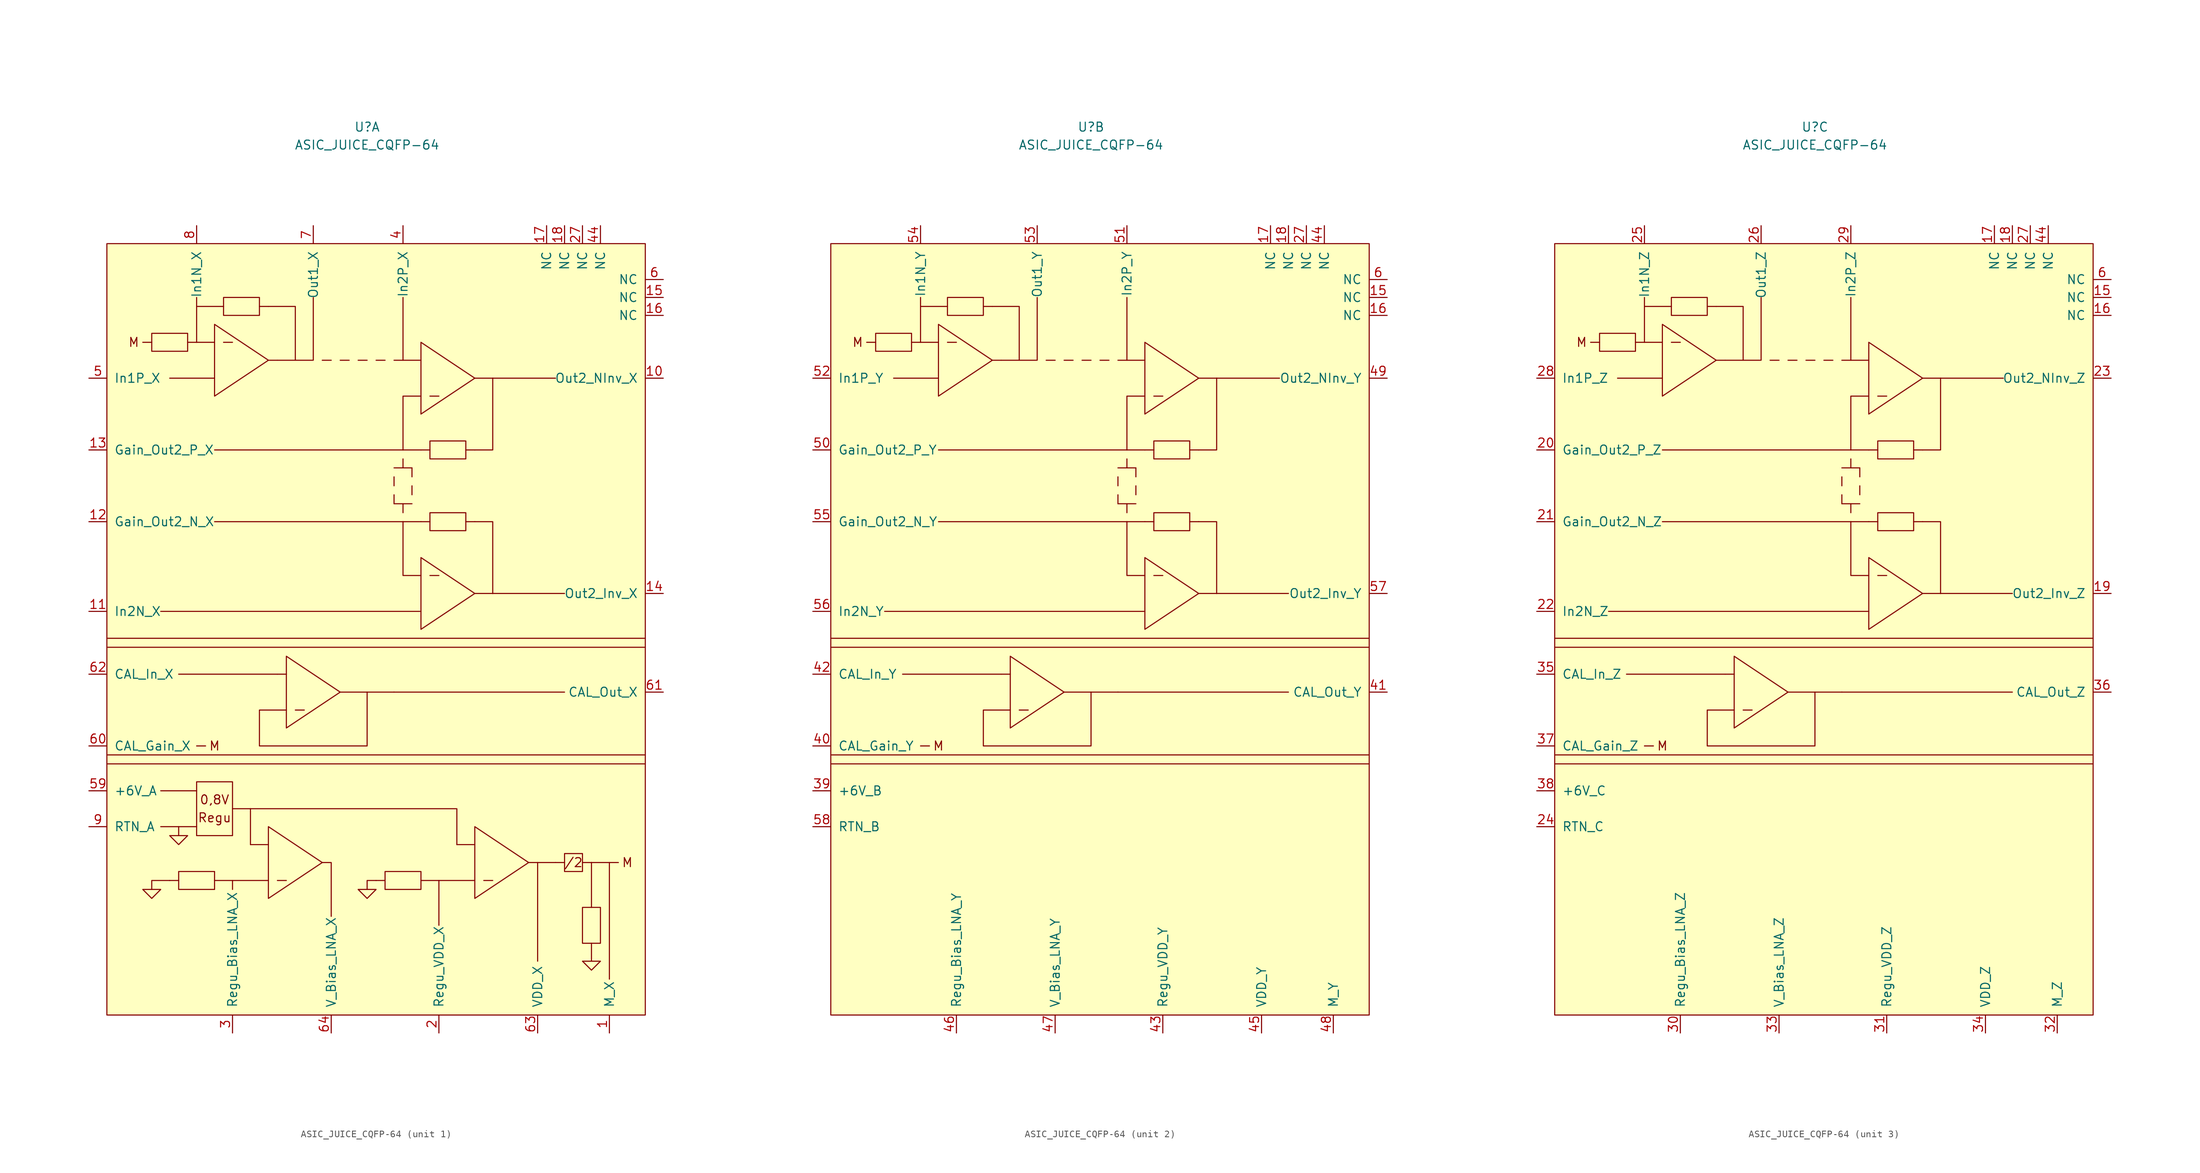
<source format=kicad_sym>
(kicad_symbol_lib
  (version 20211014)
  (generator kicad_symbol_editor)
  (symbol "ASIC_JUICE_CQFP-64"
    (pin_names
      (offset 1.016))
    (property "Reference" "U"
      (at -1.27 71.12 0)
      (effects (font (size 1.27 1.27))))
    (property "Value" "ASIC_JUICE_CQFP-64"
      (at -1.27 68.58 0)
      (effects (font (size 1.27 1.27))))
    (symbol "ASIC_JUICE_CQFP-64_0_0"
      (rectangle (start -31.75 41.91) (end -26.67 39.37) (stroke (width 0) (type default) (color 0 0 0 0)) (fill (type none)))
      (rectangle (start -21.59 46.99) (end -16.51 44.45) (stroke (width 0) (type default) (color 0 0 0 0)) (fill (type none)))
      (polyline (pts (xy -33.02 40.64) (xy -31.75 40.64)) (stroke (width 0) (type default) (color 0 0 0 0)) (fill (type none)))
      (polyline (pts (xy -21.59 40.64) (xy -20.32 40.64)) (stroke (width 0) (type default) (color 0 0 0 0)) (fill (type none)))
      (polyline (pts (xy -11.43 -11.43) (xy -10.16 -11.43)) (stroke (width 0) (type default) (color 0 0 0 0)) (fill (type none)))
      (polyline (pts (xy -1.27 -8.89) (xy 2.54 -8.89)) (stroke (width 0) (type default) (color 0 0 0 0)) (fill (type none)))
      (polyline (pts (xy 6.35 15.24) (xy 7.62 15.24)) (stroke (width 0) (type default) (color 0 0 0 0)) (fill (type none)))
      (polyline (pts (xy 6.35 25.4) (xy 7.62 25.4)) (stroke (width 0) (type default) (color 0 0 0 0)) (fill (type none)))
      (polyline (pts (xy 7.62 7.62) (xy 8.89 7.62)) (stroke (width 0) (type default) (color 0 0 0 0)) (fill (type none)))
      (polyline (pts (xy 7.62 33.02) (xy 8.89 33.02)) (stroke (width 0) (type default) (color 0 0 0 0)) (fill (type none)))
      (polyline (pts (xy 12.7 15.24) (xy 13.97 15.24)) (stroke (width 0) (type default) (color 0 0 0 0)) (fill (type none)))
      (polyline (pts (xy 12.7 25.4) (xy 13.97 25.4)) (stroke (width 0) (type default) (color 0 0 0 0)) (fill (type none)))
      (polyline (pts (xy 13.97 5.08) (xy 16.51 5.08)) (stroke (width 0) (type default) (color 0 0 0 0)) (fill (type none)))
      (polyline (pts (xy 13.97 35.56) (xy 16.51 35.56)) (stroke (width 0) (type default) (color 0 0 0 0)) (fill (type none)))
      (polyline (pts (xy -22.86 40.64) (xy -25.4 40.64) (xy -25.4 45.72) (xy -21.59 45.72)) (stroke (width 0) (type default) (color 0 0 0 0)) (fill (type none)))
      (polyline (pts (xy -15.24 38.1) (xy -22.86 33.02) (xy -22.86 43.18) (xy -15.24 38.1)) (stroke (width 0) (type default) (color 0 0 0 0)) (fill (type none)))
      (polyline (pts (xy -15.24 45.72) (xy -11.43 45.72) (xy -11.43 38.1) (xy -13.97 38.1)) (stroke (width 0) (type default) (color 0 0 0 0)) (fill (type none)))
      (polyline (pts (xy -12.7 -3.81) (xy -5.08 -8.89) (xy -12.7 -13.97) (xy -12.7 -3.81)) (stroke (width 0) (type default) (color 0 0 0 0)) (fill (type none)))
      (polyline (pts (xy 6.35 40.64) (xy 6.35 30.48) (xy 13.97 35.56) (xy 6.35 40.64)) (stroke (width 0) (type default) (color 0 0 0 0)) (fill (type none)))
      (polyline (pts (xy 6.35 10.16) (xy 6.35 2.54) (xy 6.35 0) (xy 13.97 5.08) (xy 6.35 10.16)) (stroke (width 0) (type default) (color 0 0 0 0)) (fill (type none)))
      (rectangle (start 7.62 13.97) (end 12.7 16.51) (stroke (width 0) (type default) (color 0 0 0 0)) (fill (type none)))
      (rectangle (start 7.62 24.13) (end 12.7 26.67) (stroke (width 0) (type default) (color 0 0 0 0)) (fill (type none)))
      (text "M" (at -34.29 40.64 0) (effects (font (size 1.27 1.27))))
      (text "M" (at -22.86 -16.51 0) (effects (font (size 1.27 1.27)))))
    (symbol "ASIC_JUICE_CQFP-64_0_1"
      (rectangle (start -38.1 54.61) (end 38.1 -54.61) (stroke (width 0) (type default) (color 0 0 0 0)) (fill (type background)))
      (polyline (pts (xy -38.1 -17.78) (xy 38.1 -17.78)) (stroke (width 0) (type default) (color 0 0 0 0)) (fill (type none)))
      (polyline (pts (xy -38.1 -1.27) (xy 38.1 -1.27)) (stroke (width 0) (type default) (color 0 0 0 0)) (fill (type none)))
      (polyline (pts (xy -30.48 2.54) (xy 6.35 2.54)) (stroke (width 0) (type default) (color 0 0 0 0)) (fill (type none)))
      (polyline (pts (xy -26.67 40.64) (xy -25.4 40.64)) (stroke (width 0) (type default) (color 0 0 0 0)) (fill (type none)))
      (polyline (pts (xy -25.4 -16.51) (xy -24.13 -16.51)) (stroke (width 0) (type default) (color 0 0 0 0)) (fill (type none)))
      (polyline (pts (xy -25.4 45.72) (xy -25.4 46.99)) (stroke (width 0) (type default) (color 0 0 0 0)) (fill (type none)))
      (polyline (pts (xy -22.86 15.24) (xy 3.81 15.24)) (stroke (width 0) (type default) (color 0 0 0 0)) (fill (type none)))
      (polyline (pts (xy -22.86 35.56) (xy -29.21 35.56)) (stroke (width 0) (type default) (color 0 0 0 0)) (fill (type none)))
      (polyline (pts (xy -16.51 45.72) (xy -15.24 45.72)) (stroke (width 0) (type default) (color 0 0 0 0)) (fill (type none)))
      (polyline (pts (xy -15.24 38.1) (xy -13.97 38.1)) (stroke (width 0) (type default) (color 0 0 0 0)) (fill (type none)))
      (polyline (pts (xy -13.97 -6.35) (xy -27.94 -6.35)) (stroke (width 0) (type default) (color 0 0 0 0)) (fill (type none)))
      (polyline (pts (xy -13.97 -6.35) (xy -12.7 -6.35)) (stroke (width 0) (type default) (color 0 0 0 0)) (fill (type none)))
      (polyline (pts (xy -7.62 38.1) (xy -6.35 38.1)) (stroke (width 0) (type default) (color 0 0 0 0)) (fill (type none)))
      (polyline (pts (xy -5.08 38.1) (xy -3.81 38.1)) (stroke (width 0) (type default) (color 0 0 0 0)) (fill (type none)))
      (polyline (pts (xy -2.54 38.1) (xy -1.27 38.1)) (stroke (width 0) (type default) (color 0 0 0 0)) (fill (type none)))
      (polyline (pts (xy 0 38.1) (xy 1.27 38.1)) (stroke (width 0) (type default) (color 0 0 0 0)) (fill (type none)))
      (polyline (pts (xy 2.54 -8.89) (xy 26.67 -8.89)) (stroke (width 0) (type default) (color 0 0 0 0)) (fill (type none)))
      (polyline (pts (xy 2.54 19.05) (xy 2.54 17.78)) (stroke (width 0) (type default) (color 0 0 0 0)) (fill (type none)))
      (polyline (pts (xy 2.54 21.59) (xy 2.54 20.32)) (stroke (width 0) (type default) (color 0 0 0 0)) (fill (type none)))
      (polyline (pts (xy 2.54 38.1) (xy 3.81 38.1)) (stroke (width 0) (type default) (color 0 0 0 0)) (fill (type none)))
      (polyline (pts (xy 3.81 16.51) (xy 3.81 17.78)) (stroke (width 0) (type default) (color 0 0 0 0)) (fill (type none)))
      (polyline (pts (xy 3.81 17.78) (xy 2.54 17.78)) (stroke (width 0) (type default) (color 0 0 0 0)) (fill (type none)))
      (polyline (pts (xy 3.81 17.78) (xy 5.08 17.78)) (stroke (width 0) (type default) (color 0 0 0 0)) (fill (type none)))
      (polyline (pts (xy 3.81 22.86) (xy 2.54 22.86)) (stroke (width 0) (type default) (color 0 0 0 0)) (fill (type none)))
      (polyline (pts (xy 3.81 22.86) (xy 3.81 24.13)) (stroke (width 0) (type default) (color 0 0 0 0)) (fill (type none)))
      (polyline (pts (xy 3.81 22.86) (xy 5.08 22.86)) (stroke (width 0) (type default) (color 0 0 0 0)) (fill (type none)))
      (polyline (pts (xy 3.81 25.4) (xy -22.86 25.4)) (stroke (width 0) (type default) (color 0 0 0 0)) (fill (type none)))
      (polyline (pts (xy 3.81 38.1) (xy 3.81 46.99)) (stroke (width 0) (type default) (color 0 0 0 0)) (fill (type none)))
      (polyline (pts (xy 5.08 19.05) (xy 5.08 20.32)) (stroke (width 0) (type default) (color 0 0 0 0)) (fill (type none)))
      (polyline (pts (xy 5.08 21.59) (xy 5.08 22.86)) (stroke (width 0) (type default) (color 0 0 0 0)) (fill (type none)))
      (polyline (pts (xy 6.35 15.24) (xy 3.81 15.24)) (stroke (width 0) (type default) (color 0 0 0 0)) (fill (type none)))
      (polyline (pts (xy 6.35 25.4) (xy 3.81 25.4)) (stroke (width 0) (type default) (color 0 0 0 0)) (fill (type none)))
      (polyline (pts (xy 6.35 38.1) (xy 3.81 38.1)) (stroke (width 0) (type default) (color 0 0 0 0)) (fill (type none)))
      (polyline (pts (xy 16.51 5.08) (xy 26.67 5.08)) (stroke (width 0) (type default) (color 0 0 0 0)) (fill (type none)))
      (polyline (pts (xy 16.51 35.56) (xy 25.4 35.56)) (stroke (width 0) (type default) (color 0 0 0 0)) (fill (type none)))
      (polyline (pts (xy 38.1 -19.05) (xy -38.1 -19.05)) (stroke (width 0) (type default) (color 0 0 0 0)) (fill (type none)))
      (polyline (pts (xy 38.1 -2.54) (xy -38.1 -2.54)) (stroke (width 0) (type default) (color 0 0 0 0)) (fill (type none)))
      (polyline (pts (xy -11.43 38.1) (xy -8.89 38.1) (xy -8.89 46.99)) (stroke (width 0) (type default) (color 0 0 0 0)) (fill (type none)))
      (polyline (pts (xy 6.35 7.62) (xy 3.81 7.62) (xy 3.81 15.24)) (stroke (width 0) (type default) (color 0 0 0 0)) (fill (type none)))
      (polyline (pts (xy 6.35 33.02) (xy 3.81 33.02) (xy 3.81 25.4)) (stroke (width 0) (type default) (color 0 0 0 0)) (fill (type none)))
      (polyline (pts (xy 13.97 15.24) (xy 16.51 15.24) (xy 16.51 5.08)) (stroke (width 0) (type default) (color 0 0 0 0)) (fill (type none)))
      (polyline (pts (xy 13.97 25.4) (xy 16.51 25.4) (xy 16.51 35.56)) (stroke (width 0) (type default) (color 0 0 0 0)) (fill (type none)))
      (polyline (pts (xy -12.7 -11.43) (xy -16.51 -11.43) (xy -16.51 -16.51) (xy -1.27 -16.51) (xy -1.27 -8.89) (xy -5.08 -8.89)) (stroke (width 0) (type default) (color 0 0 0 0)) (fill (type none)))
      (pin power_in line (at 40.64 46.99 180) (length 2.54) (name "NC" (effects (font (size 1.27 1.27)))) (number "15" (effects (font (size 1.27 1.27)))))
      (pin power_in line (at 40.64 44.45 180) (length 2.54) (name "NC" (effects (font (size 1.27 1.27)))) (number "16" (effects (font (size 1.27 1.27)))))
      (pin power_in line (at 24.13 57.15 270) (length 2.54) (name "NC" (effects (font (size 1.27 1.27)))) (number "17" (effects (font (size 1.27 1.27)))))
      (pin power_in line (at 26.67 57.15 270) (length 2.54) (name "NC" (effects (font (size 1.27 1.27)))) (number "18" (effects (font (size 1.27 1.27)))))
      (pin power_in line (at 29.21 57.15 270) (length 2.54) (name "NC" (effects (font (size 1.27 1.27)))) (number "27" (effects (font (size 1.27 1.27)))))
      (pin power_in line (at 31.75 57.15 270) (length 2.54) (name "NC" (effects (font (size 1.27 1.27)))) (number "44" (effects (font (size 1.27 1.27)))))
      (pin power_in line (at 40.64 49.53 180) (length 2.54) (name "NC" (effects (font (size 1.27 1.27)))) (number "6" (effects (font (size 1.27 1.27))))))
    (symbol "ASIC_JUICE_CQFP-64_1_1"
      (rectangle (start -27.94 -36.83) (end -22.86 -34.29) (stroke (width 0) (type default) (color 0 0 0 0)) (fill (type none)))
      (rectangle (start -25.4 -21.59) (end -20.32 -29.21) (stroke (width 0) (type default) (color 0 0 0 0)) (fill (type none)))
      (polyline (pts (xy -27.94 -35.56) (xy -29.21 -35.56)) (stroke (width 0) (type default) (color 0 0 0 0)) (fill (type none)))
      (polyline (pts (xy -25.4 -27.94) (xy -30.48 -27.94)) (stroke (width 0) (type default) (color 0 0 0 0)) (fill (type none)))
      (polyline (pts (xy -25.4 -22.86) (xy -30.48 -22.86)) (stroke (width 0) (type default) (color 0 0 0 0)) (fill (type none)))
      (polyline (pts (xy -20.32 -35.56) (xy -20.32 -36.83)) (stroke (width 0) (type default) (color 0 0 0 0)) (fill (type none)))
      (polyline (pts (xy -20.32 -25.4) (xy -17.78 -25.4)) (stroke (width 0) (type default) (color 0 0 0 0)) (fill (type none)))
      (polyline (pts (xy -17.78 -30.48) (xy -17.78 -25.4)) (stroke (width 0) (type default) (color 0 0 0 0)) (fill (type none)))
      (polyline (pts (xy -17.78 -30.48) (xy -15.24 -30.48)) (stroke (width 0) (type default) (color 0 0 0 0)) (fill (type none)))
      (polyline (pts (xy -15.24 -35.56) (xy -22.86 -35.56)) (stroke (width 0) (type default) (color 0 0 0 0)) (fill (type none)))
      (polyline (pts (xy -13.97 -35.56) (xy -12.7 -35.56)) (stroke (width 0) (type default) (color 0 0 0 0)) (fill (type none)))
      (polyline (pts (xy 1.27 -35.56) (xy 0 -35.56)) (stroke (width 0) (type default) (color 0 0 0 0)) (fill (type none)))
      (polyline (pts (xy 6.35 -35.56) (xy 13.97 -35.56)) (stroke (width 0) (type default) (color 0 0 0 0)) (fill (type none)))
      (polyline (pts (xy 8.89 -35.56) (xy 8.89 -41.91)) (stroke (width 0) (type default) (color 0 0 0 0)) (fill (type none)))
      (polyline (pts (xy 13.97 -30.48) (xy 11.43 -30.48)) (stroke (width 0) (type default) (color 0 0 0 0)) (fill (type none)))
      (polyline (pts (xy 15.24 -35.56) (xy 16.51 -35.56)) (stroke (width 0) (type default) (color 0 0 0 0)) (fill (type none)))
      (polyline (pts (xy 21.59 -33.02) (xy 25.4 -33.02)) (stroke (width 0) (type default) (color 0 0 0 0)) (fill (type none)))
      (polyline (pts (xy 22.86 -46.99) (xy 22.86 -33.02)) (stroke (width 0) (type default) (color 0 0 0 0)) (fill (type none)))
      (polyline (pts (xy 25.4 -33.02) (xy 26.67 -33.02)) (stroke (width 0) (type default) (color 0 0 0 0)) (fill (type none)))
      (polyline (pts (xy 29.21 -33.02) (xy 30.48 -33.02)) (stroke (width 0) (type default) (color 0 0 0 0)) (fill (type none)))
      (polyline (pts (xy 30.48 -39.37) (xy 30.48 -33.02)) (stroke (width 0) (type default) (color 0 0 0 0)) (fill (type none)))
      (polyline (pts (xy 30.48 -33.02) (xy 34.29 -33.02)) (stroke (width 0) (type default) (color 0 0 0 0)) (fill (type none)))
      (polyline (pts (xy 33.02 -49.53) (xy 33.02 -33.02)) (stroke (width 0) (type default) (color 0 0 0 0)) (fill (type none)))
      (polyline (pts (xy -29.21 -35.56) (xy -31.75 -35.56) (xy -31.75 -36.83)) (stroke (width 0) (type default) (color 0 0 0 0)) (fill (type none)))
      (polyline (pts (xy -17.78 -25.4) (xy 11.43 -25.4) (xy 11.43 -30.48)) (stroke (width 0) (type default) (color 0 0 0 0)) (fill (type none)))
      (polyline (pts (xy -7.62 -33.02) (xy -6.35 -33.02) (xy -6.35 -40.64)) (stroke (width 0) (type default) (color 0 0 0 0)) (fill (type none)))
      (polyline (pts (xy -33.02 -36.83) (xy -30.48 -36.83) (xy -31.75 -38.1) (xy -33.02 -36.83)) (stroke (width 0) (type default) (color 0 0 0 0)) (fill (type none)))
      (polyline (pts (xy -15.24 -38.1) (xy -15.24 -27.94) (xy -7.62 -33.02) (xy -15.24 -38.1)) (stroke (width 0) (type default) (color 0 0 0 0)) (fill (type none)))
      (polyline (pts (xy 13.97 -38.1) (xy 13.97 -27.94) (xy 21.59 -33.02) (xy 13.97 -38.1)) (stroke (width 0) (type default) (color 0 0 0 0)) (fill (type none)))
      (polyline (pts (xy -27.94 -27.94) (xy -27.94 -29.21) (xy -26.67 -29.21) (xy -27.94 -30.48) (xy -29.21 -29.21) (xy -27.94 -29.21)) (stroke (width 0) (type default) (color 0 0 0 0)) (fill (type none)))
      (polyline (pts (xy 30.48 -44.45) (xy 30.48 -46.99) (xy 29.21 -46.99) (xy 30.48 -48.26) (xy 31.75 -46.99) (xy 30.48 -46.99)) (stroke (width 0) (type default) (color 0 0 0 0)) (fill (type none)))
      (polyline (pts (xy 0 -35.56) (xy -1.27 -35.56) (xy -1.27 -36.83) (xy -2.54 -36.83) (xy -1.27 -38.1) (xy 0 -36.83) (xy -1.27 -36.83)) (stroke (width 0) (type default) (color 0 0 0 0)) (fill (type none)))
      (rectangle (start 6.35 -34.29) (end 1.27 -36.83) (stroke (width 0) (type default) (color 0 0 0 0)) (fill (type none)))
      (rectangle (start 26.67 -31.75) (end 29.21 -34.29) (stroke (width 0) (type default) (color 0 0 0 0)) (fill (type none)))
      (rectangle (start 31.75 -39.37) (end 29.21 -44.45) (stroke (width 0) (type default) (color 0 0 0 0)) (fill (type none)))
      (text "/2" (at 27.94 -33.02 0) (effects (font (size 1.27 1.27))))
      (text "0,8V" (at -22.86 -24.13 0) (effects (font (size 1.27 1.27))))
      (text "M" (at 35.56 -33.02 0) (effects (font (size 1.27 1.27))))
      (text "Regu" (at -22.86 -26.67 0) (effects (font (size 1.27 1.27))))
      (pin output line (at 33.02 -57.15 90) (length 2.54) (name "M_X" (effects (font (size 1.27 1.27)))) (number "1" (effects (font (size 1.27 1.27)))))
      (pin output line (at 40.64 35.56 180) (length 2.54) (name "Out2_NInv_X" (effects (font (size 1.27 1.27)))) (number "10" (effects (font (size 1.27 1.27)))))
      (pin input line (at -40.64 2.54 0) (length 2.54) (name "In2N_X" (effects (font (size 1.27 1.27)))) (number "11" (effects (font (size 1.27 1.27)))))
      (pin passive line (at -40.64 15.24 0) (length 2.54) (name "Gain_Out2_N_X" (effects (font (size 1.27 1.27)))) (number "12" (effects (font (size 1.27 1.27)))))
      (pin passive line (at -40.64 25.4 0) (length 2.54) (name "Gain_Out2_P_X" (effects (font (size 1.27 1.27)))) (number "13" (effects (font (size 1.27 1.27)))))
      (pin output line (at 40.64 5.08 180) (length 2.54) (name "Out2_Inv_X" (effects (font (size 1.27 1.27)))) (number "14" (effects (font (size 1.27 1.27)))))
      (pin passive line (at 8.89 -57.15 90) (length 2.54) (name "Regu_VDD_X" (effects (font (size 1.27 1.27)))) (number "2" (effects (font (size 1.27 1.27)))))
      (pin passive line (at -20.32 -57.15 90) (length 2.54) (name "Regu_Bias_LNA_X" (effects (font (size 1.27 1.27)))) (number "3" (effects (font (size 1.27 1.27)))))
      (pin input line (at 3.81 57.15 270) (length 2.54) (name "In2P_X" (effects (font (size 1.27 1.27)))) (number "4" (effects (font (size 1.27 1.27)))))
      (pin input line (at -40.64 35.56 0) (length 2.54) (name "In1P_X" (effects (font (size 1.27 1.27)))) (number "5" (effects (font (size 1.27 1.27)))))
      (pin power_in line (at -40.64 -22.86 0) (length 2.54) (name "+6V_A" (effects (font (size 1.27 1.27)))) (number "59" (effects (font (size 1.27 1.27)))))
      (pin passive line (at -40.64 -16.51 0) (length 2.54) (name "CAL_Gain_X" (effects (font (size 1.27 1.27)))) (number "60" (effects (font (size 1.27 1.27)))))
      (pin output line (at 40.64 -8.89 180) (length 2.54) (name "CAL_Out_X" (effects (font (size 1.27 1.27)))) (number "61" (effects (font (size 1.27 1.27)))))
      (pin input line (at -40.64 -6.35 0) (length 2.54) (name "CAL_In_X" (effects (font (size 1.27 1.27)))) (number "62" (effects (font (size 1.27 1.27)))))
      (pin output line (at 22.86 -57.15 90) (length 2.54) (name "VDD_X" (effects (font (size 1.27 1.27)))) (number "63" (effects (font (size 1.27 1.27)))))
      (pin output line (at -6.35 -57.15 90) (length 2.54) (name "V_Bias_LNA_X" (effects (font (size 1.27 1.27)))) (number "64" (effects (font (size 1.27 1.27)))))
      (pin output line (at -8.89 57.15 270) (length 2.54) (name "Out1_X" (effects (font (size 1.27 1.27)))) (number "7" (effects (font (size 1.27 1.27)))))
      (pin input line (at -25.4 57.15 270) (length 2.54) (name "In1N_X" (effects (font (size 1.27 1.27)))) (number "8" (effects (font (size 1.27 1.27)))))
      (pin power_in line (at -40.64 -27.94 0) (length 2.54) (name "RTN_A" (effects (font (size 1.27 1.27)))) (number "9" (effects (font (size 1.27 1.27))))))
    (symbol "ASIC_JUICE_CQFP-64_2_1"
      (pin power_in line (at -40.64 -22.86 0) (length 2.54) (name "+6V_B" (effects (font (size 1.27 1.27)))) (number "39" (effects (font (size 1.27 1.27)))))
      (pin passive line (at -40.64 -16.51 0) (length 2.54) (name "CAL_Gain_Y" (effects (font (size 1.27 1.27)))) (number "40" (effects (font (size 1.27 1.27)))))
      (pin output line (at 40.64 -8.89 180) (length 2.54) (name "CAL_Out_Y" (effects (font (size 1.27 1.27)))) (number "41" (effects (font (size 1.27 1.27)))))
      (pin input line (at -40.64 -6.35 0) (length 2.54) (name "CAL_In_Y" (effects (font (size 1.27 1.27)))) (number "42" (effects (font (size 1.27 1.27)))))
      (pin passive line (at 8.89 -57.15 90) (length 2.54) (name "Regu_VDD_Y" (effects (font (size 1.27 1.27)))) (number "43" (effects (font (size 1.27 1.27)))))
      (pin output line (at 22.86 -57.15 90) (length 2.54) (name "VDD_Y" (effects (font (size 1.27 1.27)))) (number "45" (effects (font (size 1.27 1.27)))))
      (pin passive line (at -20.32 -57.15 90) (length 2.54) (name "Regu_Bias_LNA_Y" (effects (font (size 1.27 1.27)))) (number "46" (effects (font (size 1.27 1.27)))))
      (pin output line (at -6.35 -57.15 90) (length 2.54) (name "V_Bias_LNA_Y" (effects (font (size 1.27 1.27)))) (number "47" (effects (font (size 1.27 1.27)))))
      (pin output line (at 33.02 -57.15 90) (length 2.54) (name "M_Y" (effects (font (size 1.27 1.27)))) (number "48" (effects (font (size 1.27 1.27)))))
      (pin output line (at 40.64 35.56 180) (length 2.54) (name "Out2_NInv_Y" (effects (font (size 1.27 1.27)))) (number "49" (effects (font (size 1.27 1.27)))))
      (pin passive line (at -40.64 25.4 0) (length 2.54) (name "Gain_Out2_P_Y" (effects (font (size 1.27 1.27)))) (number "50" (effects (font (size 1.27 1.27)))))
      (pin input line (at 3.81 57.15 270) (length 2.54) (name "In2P_Y" (effects (font (size 1.27 1.27)))) (number "51" (effects (font (size 1.27 1.27)))))
      (pin input line (at -40.64 35.56 0) (length 2.54) (name "In1P_Y" (effects (font (size 1.27 1.27)))) (number "52" (effects (font (size 1.27 1.27)))))
      (pin output line (at -8.89 57.15 270) (length 2.54) (name "Out1_Y" (effects (font (size 1.27 1.27)))) (number "53" (effects (font (size 1.27 1.27)))))
      (pin input line (at -25.4 57.15 270) (length 2.54) (name "In1N_Y" (effects (font (size 1.27 1.27)))) (number "54" (effects (font (size 1.27 1.27)))))
      (pin passive line (at -40.64 15.24 0) (length 2.54) (name "Gain_Out2_N_Y" (effects (font (size 1.27 1.27)))) (number "55" (effects (font (size 1.27 1.27)))))
      (pin input line (at -40.64 2.54 0) (length 2.54) (name "In2N_Y" (effects (font (size 1.27 1.27)))) (number "56" (effects (font (size 1.27 1.27)))))
      (pin output line (at 40.64 5.08 180) (length 2.54) (name "Out2_Inv_Y" (effects (font (size 1.27 1.27)))) (number "57" (effects (font (size 1.27 1.27)))))
      (pin power_in line (at -40.64 -27.94 0) (length 2.54) (name "RTN_B" (effects (font (size 1.27 1.27)))) (number "58" (effects (font (size 1.27 1.27))))))
    (symbol "ASIC_JUICE_CQFP-64_3_1"
      (pin output line (at 40.64 5.08 180) (length 2.54) (name "Out2_Inv_Z" (effects (font (size 1.27 1.27)))) (number "19" (effects (font (size 1.27 1.27)))))
      (pin passive line (at -40.64 25.4 0) (length 2.54) (name "Gain_Out2_P_Z" (effects (font (size 1.27 1.27)))) (number "20" (effects (font (size 1.27 1.27)))))
      (pin passive line (at -40.64 15.24 0) (length 2.54) (name "Gain_Out2_N_Z" (effects (font (size 1.27 1.27)))) (number "21" (effects (font (size 1.27 1.27)))))
      (pin input line (at -40.64 2.54 0) (length 2.54) (name "In2N_Z" (effects (font (size 1.27 1.27)))) (number "22" (effects (font (size 1.27 1.27)))))
      (pin output line (at 40.64 35.56 180) (length 2.54) (name "Out2_NInv_Z" (effects (font (size 1.27 1.27)))) (number "23" (effects (font (size 1.27 1.27)))))
      (pin power_in line (at -40.64 -27.94 0) (length 2.54) (name "RTN_C" (effects (font (size 1.27 1.27)))) (number "24" (effects (font (size 1.27 1.27)))))
      (pin input line (at -25.4 57.15 270) (length 2.54) (name "In1N_Z" (effects (font (size 1.27 1.27)))) (number "25" (effects (font (size 1.27 1.27)))))
      (pin output line (at -8.89 57.15 270) (length 2.54) (name "Out1_Z" (effects (font (size 1.27 1.27)))) (number "26" (effects (font (size 1.27 1.27)))))
      (pin input line (at -40.64 35.56 0) (length 2.54) (name "In1P_Z" (effects (font (size 1.27 1.27)))) (number "28" (effects (font (size 1.27 1.27)))))
      (pin input line (at 3.81 57.15 270) (length 2.54) (name "In2P_Z" (effects (font (size 1.27 1.27)))) (number "29" (effects (font (size 1.27 1.27)))))
      (pin passive line (at -20.32 -57.15 90) (length 2.54) (name "Regu_Bias_LNA_Z" (effects (font (size 1.27 1.27)))) (number "30" (effects (font (size 1.27 1.27)))))
      (pin passive line (at 8.89 -57.15 90) (length 2.54) (name "Regu_VDD_Z" (effects (font (size 1.27 1.27)))) (number "31" (effects (font (size 1.27 1.27)))))
      (pin output line (at 33.02 -57.15 90) (length 2.54) (name "M_Z" (effects (font (size 1.27 1.27)))) (number "32" (effects (font (size 1.27 1.27)))))
      (pin output line (at -6.35 -57.15 90) (length 2.54) (name "V_Bias_LNA_Z" (effects (font (size 1.27 1.27)))) (number "33" (effects (font (size 1.27 1.27)))))
      (pin output line (at 22.86 -57.15 90) (length 2.54) (name "VDD_Z" (effects (font (size 1.27 1.27)))) (number "34" (effects (font (size 1.27 1.27)))))
      (pin input line (at -40.64 -6.35 0) (length 2.54) (name "CAL_In_Z" (effects (font (size 1.27 1.27)))) (number "35" (effects (font (size 1.27 1.27)))))
      (pin output line (at 40.64 -8.89 180) (length 2.54) (name "CAL_Out_Z" (effects (font (size 1.27 1.27)))) (number "36" (effects (font (size 1.27 1.27)))))
      (pin passive line (at -40.64 -16.51 0) (length 2.54) (name "CAL_Gain_Z" (effects (font (size 1.27 1.27)))) (number "37" (effects (font (size 1.27 1.27)))))
      (pin power_in line (at -40.64 -22.86 0) (length 2.54) (name "+6V_C" (effects (font (size 1.27 1.27)))) (number "38" (effects (font (size 1.27 1.27))))))))
</source>
